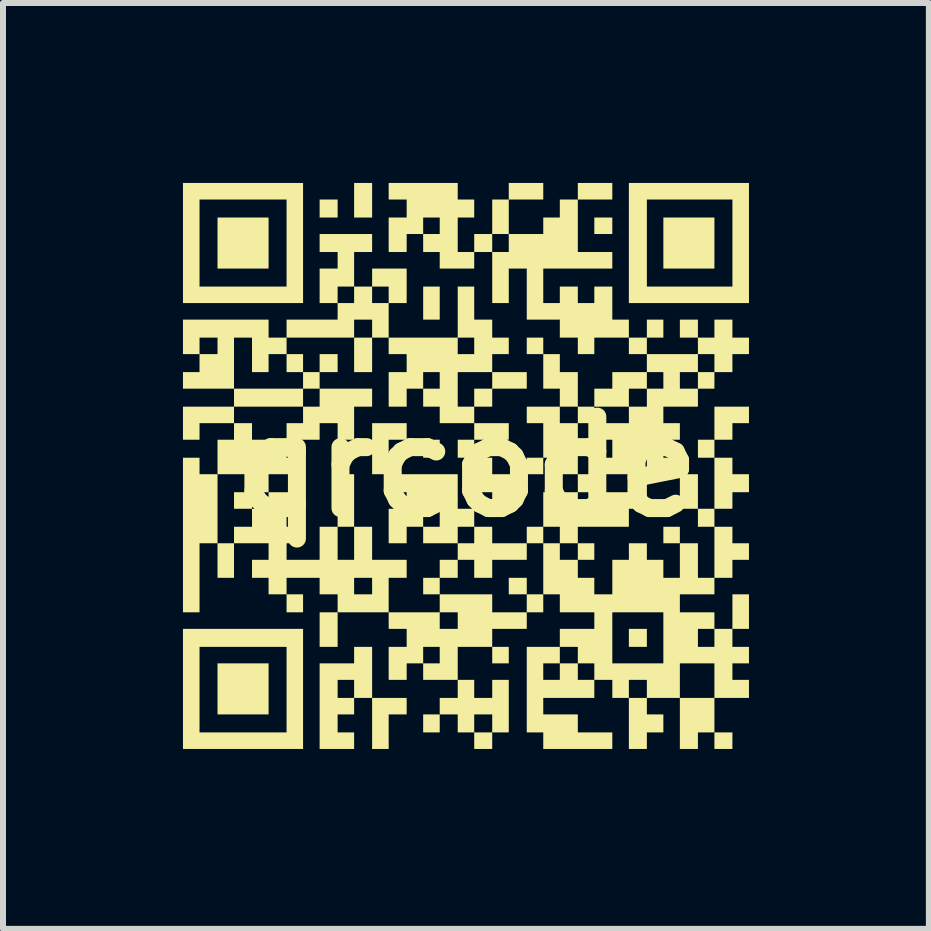
<source format=kicad_pcb>
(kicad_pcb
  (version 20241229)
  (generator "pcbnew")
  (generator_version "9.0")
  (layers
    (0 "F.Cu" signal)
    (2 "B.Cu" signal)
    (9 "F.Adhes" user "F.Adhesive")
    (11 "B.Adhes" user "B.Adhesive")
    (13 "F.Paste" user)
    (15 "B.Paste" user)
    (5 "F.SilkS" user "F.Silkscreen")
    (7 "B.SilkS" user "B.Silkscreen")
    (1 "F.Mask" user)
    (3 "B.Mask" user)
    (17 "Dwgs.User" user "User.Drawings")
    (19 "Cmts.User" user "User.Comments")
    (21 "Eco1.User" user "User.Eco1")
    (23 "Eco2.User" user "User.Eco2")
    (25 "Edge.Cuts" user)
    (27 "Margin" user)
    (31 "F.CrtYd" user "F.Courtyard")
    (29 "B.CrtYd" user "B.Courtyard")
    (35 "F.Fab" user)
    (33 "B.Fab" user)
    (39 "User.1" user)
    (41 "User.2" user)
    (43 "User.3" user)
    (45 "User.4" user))
  (footprint "qrcode"
    (layer "F.Cu")
    (at 4.73 4.73)
    (property "Reference" "qrcode" (at 0 0 0) (layer "F.SilkS") (effects (font (size 1.524 1.524) (thickness 0.3))))
    (attr board_only exclude_from_pos_files exclude_from_bom)
    (fp_poly (pts (xy -3.579 0.701) (xy -3.879 0.701) (xy -3.879 0.425) (xy -3.579 0.425)) (stroke (width 0) (type solid)) (fill yes) (layer "F.SilkS"))
    (fp_poly (pts (xy -3.303 -3.303) (xy -4.154 -3.303) (xy -4.154 -4.154) (xy -3.303 -4.154)) (stroke (width 0) (type solid)) (fill yes) (layer "F.SilkS"))
    (fp_poly (pts (xy -3.303 4.129) (xy -4.154 4.129) (xy -4.154 3.278) (xy -3.303 3.278)) (stroke (width 0) (type solid)) (fill yes) (layer "F.SilkS"))
    (fp_poly (pts (xy -2.728 -1.577) (xy -3.003 -1.577) (xy -3.003 -1.877) (xy -2.728 -1.877)) (stroke (width 0) (type solid)) (fill yes) (layer "F.SilkS"))
    (fp_poly (pts (xy -2.728 -1.001) (xy -3.879 -1.001) (xy -3.879 -1.301) (xy -2.728 -1.301)) (stroke (width 0) (type solid)) (fill yes) (layer "F.SilkS"))
    (fp_poly (pts (xy -2.728 2.427) (xy -3.003 2.427) (xy -3.003 2.127) (xy -2.728 2.127)) (stroke (width 0) (type solid)) (fill yes) (layer "F.SilkS"))
    (fp_poly (pts (xy -2.452 -1.301) (xy -2.728 -1.301) (xy -2.728 -1.577) (xy -2.452 -1.577)) (stroke (width 0) (type solid)) (fill yes) (layer "F.SilkS"))
    (fp_poly (pts (xy -2.152 -4.154) (xy -2.452 -4.154) (xy -2.452 -4.454) (xy -2.152 -4.454)) (stroke (width 0) (type solid)) (fill yes) (layer "F.SilkS"))
    (fp_poly (pts (xy -2.152 -1.577) (xy -2.452 -1.577) (xy -2.452 -1.877) (xy -2.152 -1.877)) (stroke (width 0) (type solid)) (fill yes) (layer "F.SilkS"))
    (fp_poly (pts (xy -2.152 3.003) (xy -2.452 3.003) (xy -2.452 2.427) (xy -2.152 2.427)) (stroke (width 0) (type solid)) (fill yes) (layer "F.SilkS"))
    (fp_poly (pts (xy -1.877 1.001) (xy -2.152 1.001) (xy -2.152 0.125) (xy -1.877 0.125)) (stroke (width 0) (type solid)) (fill yes) (layer "F.SilkS"))
    (fp_poly (pts (xy -1.577 -4.154) (xy -1.877 -4.154) (xy -1.877 -4.73) (xy -1.577 -4.73)) (stroke (width 0) (type solid)) (fill yes) (layer "F.SilkS"))
    (fp_poly (pts (xy -1.577 -1.577) (xy -1.877 -1.577) (xy -1.877 -2.152) (xy -1.577 -2.152)) (stroke (width 0) (type solid)) (fill yes) (layer "F.SilkS"))
    (fp_poly (pts (xy -0.45 -2.452) (xy -0.726 -2.452) (xy -0.726 -3.003) (xy -0.45 -3.003)) (stroke (width 0) (type solid)) (fill yes) (layer "F.SilkS"))
    (fp_poly (pts (xy -0.45 -0.15) (xy -0.726 -0.15) (xy -0.726 -0.45) (xy -0.45 -0.45)) (stroke (width 0) (type solid)) (fill yes) (layer "F.SilkS"))
    (fp_poly (pts (xy -0.45 2.127) (xy -0.726 2.127) (xy -0.726 1.852) (xy -0.45 1.852)) (stroke (width 0) (type solid)) (fill yes) (layer "F.SilkS"))
    (fp_poly (pts (xy -0.45 4.429) (xy -0.726 4.429) (xy -0.726 4.129) (xy -0.45 4.129)) (stroke (width 0) (type solid)) (fill yes) (layer "F.SilkS"))
    (fp_poly (pts (xy -0.15 1.852) (xy -0.45 1.852) (xy -0.45 1.552) (xy -0.15 1.552)) (stroke (width 0) (type solid)) (fill yes) (layer "F.SilkS"))
    (fp_poly (pts (xy 0.125 -0.15) (xy -0.15 -0.15) (xy -0.15 -0.45) (xy 0.125 -0.45)) (stroke (width 0) (type solid)) (fill yes) (layer "F.SilkS"))
    (fp_poly (pts (xy 0.701 -0.45) (xy 0.125 -0.45) (xy 0.125 -0.726) (xy 0.701 -0.726)) (stroke (width 0) (type solid)) (fill yes) (layer "F.SilkS"))
    (fp_poly (pts (xy 0.701 3.278) (xy 0.425 3.278) (xy 0.425 3.003) (xy 0.701 3.003)) (stroke (width 0) (type solid)) (fill yes) (layer "F.SilkS"))
    (fp_poly (pts (xy 1.001 2.127) (xy 0.701 2.127) (xy 0.701 1.852) (xy 1.001 1.852)) (stroke (width 0) (type solid)) (fill yes) (layer "F.SilkS"))
    (fp_poly (pts (xy 1.276 -4.454) (xy 0.701 -4.454) (xy 0.701 -4.73) (xy 1.276 -4.73)) (stroke (width 0) (type solid)) (fill yes) (layer "F.SilkS"))
    (fp_poly (pts (xy 1.276 -1.877) (xy 1.001 -1.877) (xy 1.001 -2.152) (xy 1.276 -2.152)) (stroke (width 0) (type solid)) (fill yes) (layer "F.SilkS"))
    (fp_poly (pts (xy 1.276 0.125) (xy 1.001 0.125) (xy 1.001 -0.15) (xy 1.276 -0.15)) (stroke (width 0) (type solid)) (fill yes) (layer "F.SilkS"))
    (fp_poly (pts (xy 1.276 1.276) (xy 1.001 1.276) (xy 1.001 1.001) (xy 1.276 1.001)) (stroke (width 0) (type solid)) (fill yes) (layer "F.SilkS"))
    (fp_poly (pts (xy 1.276 2.427) (xy 1.001 2.427) (xy 1.001 2.127) (xy 1.276 2.127)) (stroke (width 0) (type solid)) (fill yes) (layer "F.SilkS"))
    (fp_poly (pts (xy 2.127 1.552) (xy 1.852 1.552) (xy 1.852 1.276) (xy 2.127 1.276)) (stroke (width 0) (type solid)) (fill yes) (layer "F.SilkS"))
    (fp_poly (pts (xy 2.427 -4.454) (xy 1.852 -4.454) (xy 1.852 -4.73) (xy 2.427 -4.73)) (stroke (width 0) (type solid)) (fill yes) (layer "F.SilkS"))
    (fp_poly (pts (xy 2.427 -3.879) (xy 2.127 -3.879) (xy 2.127 -4.154) (xy 2.427 -4.154)) (stroke (width 0) (type solid)) (fill yes) (layer "F.SilkS"))
    (fp_poly (pts (xy 3.003 -1.877) (xy 2.703 -1.877) (xy 2.703 -2.152) (xy 3.003 -2.152)) (stroke (width 0) (type solid)) (fill yes) (layer "F.SilkS"))
    (fp_poly (pts (xy 3.003 3.003) (xy 2.703 3.003) (xy 2.703 2.703) (xy 3.003 2.703)) (stroke (width 0) (type solid)) (fill yes) (layer "F.SilkS"))
    (fp_poly (pts (xy 3.278 -2.152) (xy 3.003 -2.152) (xy 3.003 -2.452) (xy 3.278 -2.452)) (stroke (width 0) (type solid)) (fill yes) (layer "F.SilkS"))
    (fp_poly (pts (xy 3.553 1.276) (xy 3.278 1.276) (xy 3.278 1.001) (xy 3.553 1.001)) (stroke (width 0) (type solid)) (fill yes) (layer "F.SilkS"))
    (fp_poly (pts (xy 3.854 -2.152) (xy 3.553 -2.152) (xy 3.553 -2.452) (xy 3.854 -2.452)) (stroke (width 0) (type solid)) (fill yes) (layer "F.SilkS"))
    (fp_poly (pts (xy 3.854 0.701) (xy 3.553 0.701) (xy 3.553 0.125) (xy 3.854 0.125)) (stroke (width 0) (type solid)) (fill yes) (layer "F.SilkS"))
    (fp_poly (pts (xy 4.129 -3.303) (xy 3.278 -3.303) (xy 3.278 -4.154) (xy 4.129 -4.154)) (stroke (width 0) (type solid)) (fill yes) (layer "F.SilkS"))
    (fp_poly (pts (xy 4.129 -0.15) (xy 3.854 -0.15) (xy 3.854 -0.45) (xy 4.129 -0.45)) (stroke (width 0) (type solid)) (fill yes) (layer "F.SilkS"))
    (fp_poly (pts (xy 4.129 1.001) (xy 3.854 1.001) (xy 3.854 0.701) (xy 4.129 0.701)) (stroke (width 0) (type solid)) (fill yes) (layer "F.SilkS"))
    (fp_poly (pts (xy 4.429 4.705) (xy 4.129 4.705) (xy 4.129 4.429) (xy 4.429 4.429)) (stroke (width 0) (type solid)) (fill yes) (layer "F.SilkS"))
    (fp_poly (pts (xy 4.705 2.703) (xy 4.429 2.703) (xy 4.429 2.127) (xy 4.705 2.127)) (stroke (width 0) (type solid)) (fill yes) (layer "F.SilkS"))
    (fp_poly (pts (xy -3.879 -0.726) (xy -4.454 -0.726) (xy -4.454 -0.45) (xy -4.73 -0.45) (xy -4.73 -1.001) (xy -3.879 -1.001)) (stroke (width 0) (type solid)) (fill yes) (layer "F.SilkS"))
    (fp_poly (pts (xy -1.001 -0.45) (xy -1.301 -0.45) (xy -1.301 0.125) (xy -1.577 0.125) (xy -1.577 -0.726) (xy -1.001 -0.726)) (stroke (width 0) (type solid)) (fill yes) (layer "F.SilkS"))
    (fp_poly (pts (xy -1.001 4.129) (xy -1.301 4.129) (xy -1.301 4.705) (xy -1.577 4.705) (xy -1.577 3.854) (xy -1.001 3.854)) (stroke (width 0) (type solid)) (fill yes) (layer "F.SilkS"))
    (fp_poly (pts (xy 4.705 -0.726) (xy 4.429 -0.726) (xy 4.429 -0.45) (xy 4.129 -0.45) (xy 4.129 -1.001) (xy 4.705 -1.001)) (stroke (width 0) (type solid)) (fill yes) (layer "F.SilkS"))
    (fp_poly (pts (xy 4.429 0.125) (xy 4.705 0.125) (xy 4.705 0.425) (xy 4.429 0.425) (xy 4.429 0.701) (xy 4.129 0.701) (xy 4.129 -0.15) (xy 4.429 -0.15)) (stroke (width 0) (type solid)) (fill yes) (layer "F.SilkS"))
    (fp_poly (pts (xy 4.429 1.276) (xy 4.705 1.276) (xy 4.705 1.552) (xy 4.429 1.552) (xy 4.429 1.852) (xy 4.129 1.852) (xy 4.129 1.001) (xy 4.429 1.001)) (stroke (width 0) (type solid)) (fill yes) (layer "F.SilkS"))
    (fp_poly (pts (xy 0.425 0.125) (xy 1.001 0.125) (xy 1.001 0.425) (xy 0.701 0.425) (xy 0.701 0.701) (xy 0.425 0.701) (xy 0.425 0.425) (xy 0.125 0.425) (xy 0.125 -0.15) (xy 0.425 -0.15)) (stroke (width 0) (type solid)) (fill yes) (layer "F.SilkS"))
    (fp_poly (pts (xy -2.728 -2.728) (xy -4.73 -2.728) (xy -4.73 -3.003) (xy -4.454 -3.003) (xy -3.003 -3.003) (xy -3.003 -4.454) (xy -4.454 -4.454) (xy -4.454 -3.003) (xy -4.73 -3.003) (xy -4.73 -4.73) (xy -2.728 -4.73)) (stroke (width 0) (type solid)) (fill yes) (layer "F.SilkS"))
    (fp_poly (pts (xy -2.728 4.705) (xy -4.73 4.705) (xy -4.73 4.429) (xy -4.454 4.429) (xy -3.003 4.429) (xy -3.003 3.003) (xy -4.454 3.003) (xy -4.454 4.429) (xy -4.73 4.429) (xy -4.73 2.703) (xy -2.728 2.703)) (stroke (width 0) (type solid)) (fill yes) (layer "F.SilkS"))
    (fp_poly (pts (xy 4.705 -2.728) (xy 2.703 -2.728) (xy 2.703 -3.003) (xy 3.003 -3.003) (xy 4.429 -3.003) (xy 4.429 -4.454) (xy 3.003 -4.454) (xy 3.003 -3.003) (xy 2.703 -3.003) (xy 2.703 -4.73) (xy 4.705 -4.73)) (stroke (width 0) (type solid)) (fill yes) (layer "F.SilkS"))
    (fp_poly (pts (xy -1.577 -1.001) (xy -1.877 -1.001) (xy -1.877 -0.45) (xy -2.152 -0.45) (xy -2.152 -0.726) (xy -2.452 -0.726) (xy -2.452 -0.45) (xy -3.003 -0.45) (xy -3.003 -0.726) (xy -2.728 -0.726) (xy -2.728 -1.001) (xy -2.452 -1.001) (xy -2.452 -1.301) (xy -1.577 -1.301)) (stroke (width 0) (type solid)) (fill yes) (layer "F.SilkS"))
    (fp_poly (pts (xy -1.577 3.854) (xy -1.877 3.854) (xy -1.877 4.129) (xy -2.152 4.129) (xy -2.152 4.429) (xy -1.877 4.429) (xy -1.877 4.705) (xy -2.452 4.705) (xy -2.452 3.854) (xy -2.152 3.854) (xy -1.877 3.854) (xy -1.877 3.553) (xy -2.152 3.553) (xy -2.152 3.854) (xy -2.452 3.854) (xy -2.452 3.278) (xy -1.877 3.278) (xy -1.877 3.003) (xy -1.577 3.003)) (stroke (width 0) (type solid)) (fill yes) (layer "F.SilkS"))
    (fp_poly (pts (xy -3.303 -2.152) (xy -3.003 -2.152) (xy -3.003 -1.877) (xy -3.303 -1.877) (xy -3.303 -1.577) (xy -3.579 -1.577) (xy -3.579 -2.152) (xy -3.879 -2.152) (xy -3.879 -1.301) (xy -4.73 -1.301) (xy -4.73 -1.577) (xy -4.454 -1.577) (xy -4.454 -1.877) (xy -4.154 -1.877) (xy -4.154 -2.152) (xy -4.454 -2.152) (xy -4.454 -1.877) (xy -4.73 -1.877) (xy -4.73 -2.452) (xy -3.303 -2.452)) (stroke (width 0) (type solid)) (fill yes) (layer "F.SilkS"))
    (fp_poly (pts (xy -0.45 3.854) (xy -0.15 3.854) (xy -0.15 3.553) (xy 0.125 3.553) (xy 0.125 3.854) (xy 0.425 3.854) (xy 0.425 3.553) (xy 0.701 3.553) (xy 0.701 4.429) (xy 0.425 4.429) (xy 0.425 4.705) (xy 0.125 4.705) (xy 0.125 4.429) (xy 0.425 4.429) (xy 0.425 4.129) (xy 0.125 4.129) (xy 0.125 4.429) (xy -0.15 4.429) (xy -0.15 4.129) (xy -0.45 4.129)) (stroke (width 0) (type solid)) (fill yes) (layer "F.SilkS"))
    (fp_poly (pts (xy 1.276 0.425) (xy 1.852 0.425) (xy 1.852 0.125) (xy 2.127 0.125) (xy 2.127 0.425) (xy 2.703 0.425) (xy 2.703 0.125) (xy 3.003 0.125) (xy 3.003 0.701) (xy 2.703 0.701) (xy 2.703 1.001) (xy 1.852 1.001) (xy 1.852 1.276) (xy 1.552 1.276) (xy 1.552 1.001) (xy 1.276 1.001) (xy 1.276 0.701) (xy 1.852 0.701) (xy 2.127 0.701) (xy 2.127 0.425) (xy 1.852 0.425) (xy 1.852 0.701) (xy 1.276 0.701)) (stroke (width 0) (type solid)) (fill yes) (layer "F.SilkS"))
    (fp_poly (pts (xy -0.15 -4.454) (xy 0.125 -4.454) (xy 0.125 -4.154) (xy -0.15 -4.154) (xy -0.15 -3.579) (xy 0.125 -3.579) (xy 0.125 -3.303) (xy -0.45 -3.303) (xy -0.45 -3.579) (xy -0.726 -3.579) (xy -0.726 -3.879) (xy -0.45 -3.879) (xy -0.45 -4.154) (xy -0.726 -4.154) (xy -0.726 -3.879) (xy -1.001 -3.879) (xy -1.001 -3.579) (xy -1.301 -3.579) (xy -1.301 -4.154) (xy -1.001 -4.154) (xy -1.001 -4.454) (xy -1.301 -4.454) (xy -1.301 -4.73) (xy -0.15 -4.73)) (stroke (width 0) (type solid)) (fill yes) (layer "F.SilkS"))
    (fp_poly (pts (xy 0.425 2.427) (xy 1.001 2.427) (xy 1.001 2.703) (xy 0.425 2.703) (xy 0.425 3.003) (xy -0.15 3.003) (xy -0.15 3.553) (xy -0.726 3.553) (xy -0.726 3.278) (xy -0.45 3.278) (xy -0.45 3.003) (xy -0.726 3.003) (xy -0.726 3.278) (xy -1.001 3.278) (xy -1.001 3.553) (xy -1.301 3.553) (xy -1.301 3.003) (xy -1.001 3.003) (xy -1.001 2.703) (xy -0.45 2.703) (xy -0.15 2.703) (xy -0.15 2.427) (xy -0.45 2.427) (xy -0.45 2.703) (xy -1.001 2.703) (xy -1.301 2.703) (xy -1.301 2.427) (xy -0.45 2.427) (xy -0.45 2.127) (xy 0.425 2.127)) (stroke (width 0) (type solid)) (fill yes) (layer "F.SilkS"))
    (fp_poly (pts (xy -0.15 1.276) (xy 0.125 1.276) (xy 0.125 1.001) (xy -0.15 1.001) (xy -0.15 1.276) (xy -0.726 1.276) (xy -0.726 1.001) (xy -0.45 1.001) (xy -0.45 0.701) (xy -0.726 0.701) (xy -0.726 1.001) (xy -1.001 1.001) (xy -1.001 1.276) (xy -1.301 1.276) (xy -1.301 0.701) (xy -1.001 0.701) (xy -1.001 0.425) (xy -1.301 0.425) (xy -1.301 0.125) (xy -0.15 0.125) (xy -0.15 0.701) (xy 0.125 0.701) (xy 0.125 1.001) (xy 0.425 1.001) (xy 0.425 1.276) (xy 1.001 1.276) (xy 1.001 1.552) (xy 0.425 1.552) (xy 0.425 1.852) (xy 0.125 1.852) (xy 0.125 1.552) (xy -0.15 1.552)) (stroke (width 0) (type solid)) (fill yes) (layer "F.SilkS"))
    (fp_poly (pts (xy -1.577 -3.579) (xy -1.877 -3.579) (xy -1.877 -3.003) (xy -1.577 -3.003) (xy -1.577 -3.303) (xy -1.001 -3.303) (xy -1.001 -2.728) (xy -1.301 -2.728) (xy -1.301 -2.152) (xy -1.577 -2.152) (xy -1.577 -2.452) (xy -1.877 -2.452) (xy -1.877 -2.152) (xy -3.003 -2.152) (xy -3.003 -2.452) (xy -2.152 -2.452) (xy -2.152 -2.728) (xy -1.877 -2.728) (xy -1.577 -2.728) (xy -1.301 -2.728) (xy -1.301 -3.003) (xy -1.577 -3.003) (xy -1.577 -2.728) (xy -1.877 -2.728) (xy -1.877 -3.003) (xy -2.152 -3.003) (xy -2.152 -2.728) (xy -2.452 -2.728) (xy -2.452 -3.303) (xy -2.152 -3.303) (xy -2.152 -3.579) (xy -2.452 -3.579) (xy -2.452 -3.879) (xy -1.577 -3.879)) (stroke (width 0) (type solid)) (fill yes) (layer "F.SilkS"))
    (fp_poly (pts (xy 0.701 -3.879) (xy 1.276 -3.879) (xy 1.276 -4.154) (xy 1.552 -4.154) (xy 1.552 -4.454) (xy 1.852 -4.454) (xy 1.852 -3.579) (xy 2.427 -3.579) (xy 2.427 -3.303) (xy 1.276 -3.303) (xy 1.276 -2.728) (xy 1.552 -2.728) (xy 1.552 -3.003) (xy 1.852 -3.003) (xy 1.852 -2.728) (xy 2.127 -2.728) (xy 2.127 -3.003) (xy 2.427 -3.003) (xy 2.427 -2.452) (xy 2.703 -2.452) (xy 2.703 -2.152) (xy 2.127 -2.152) (xy 2.127 -1.877) (xy 1.852 -1.877) (xy 1.852 -2.152) (xy 1.552 -2.152) (xy 1.552 -2.452) (xy 1.001 -2.452) (xy 1.001 -3.303) (xy 0.701 -3.303) (xy 0.701 -2.728) (xy 0.425 -2.728) (xy 0.425 -3.579) (xy 0.701 -3.579) (xy 0.701 -3.879) (xy 0.425 -3.879) (xy 0.425 -3.579) (xy 0.125 -3.579) (xy 0.125 -3.879) (xy 0.425 -3.879) (xy 0.425 -4.454) (xy 0.701 -4.454)) (stroke (width 0) (type solid)) (fill yes) (layer "F.SilkS"))
    (fp_poly (pts (xy 1.001 -1.577) (xy 1.001 -1.301) (xy 0.425 -1.301) (xy 0.425 -1.001) (xy 0.125 -1.001) (xy 0.125 -0.726) (xy -0.45 -0.726) (xy -0.45 -1.001) (xy -0.15 -1.001) (xy 0.125 -1.001) (xy 0.125 -1.301) (xy 0.425 -1.301) (xy 0.425 -1.577) (xy -0.15 -1.577) (xy -0.15 -1.001) (xy -0.45 -1.001) (xy -0.726 -1.001) (xy -0.726 -1.301) (xy -0.45 -1.301) (xy -0.45 -1.577) (xy -0.726 -1.577) (xy -0.726 -1.301) (xy -1.001 -1.301) (xy -1.001 -1.001) (xy -1.301 -1.001) (xy -1.301 -1.577) (xy -1.001 -1.577) (xy -1.001 -1.877) (xy -0.15 -1.877) (xy 0.125 -1.877) (xy 0.125 -2.152) (xy -0.15 -2.152) (xy -0.15 -1.877) (xy -1.001 -1.877) (xy -1.301 -1.877) (xy -1.301 -2.152) (xy -0.15 -2.152) (xy -0.15 -3.003) (xy 0.125 -3.003) (xy 0.125 -2.452) (xy 0.425 -2.452) (xy 0.425 -2.152) (xy 0.701 -2.152) (xy 0.701 -1.877) (xy 0.425 -1.877) (xy 0.425 -1.577)) (stroke (width 0) (type solid)) (fill yes) (layer "F.SilkS"))
    (fp_poly (pts (xy -3.579 -0.45) (xy -3.003 -0.45) (xy -3.003 -0.15) (xy -2.728 -0.15) (xy -2.728 0.125) (xy -3.303 0.125) (xy -3.303 0.425) (xy -2.728 0.425) (xy -2.728 0.701) (xy -3.003 0.701) (xy -3.003 1.001) (xy -2.728 1.001) (xy -2.728 1.276) (xy -3.003 1.276) (xy -3.003 1.552) (xy -2.452 1.552) (xy -2.452 1.001) (xy -2.152 1.001) (xy -2.152 1.552) (xy -1.877 1.552) (xy -1.877 1.001) (xy -1.577 1.001) (xy -1.577 1.552) (xy -1.001 1.552) (xy -1.001 1.852) (xy -1.301 1.852) (xy -1.301 2.427) (xy -2.152 2.427) (xy -2.152 2.127) (xy -1.877 2.127) (xy -1.577 2.127) (xy -1.577 1.852) (xy -1.877 1.852) (xy -1.877 2.127) (xy -2.152 2.127) (xy -2.452 2.127) (xy -2.452 1.852) (xy -3.003 1.852) (xy -3.003 2.127) (xy -3.303 2.127) (xy -3.303 1.852) (xy -3.579 1.852) (xy -3.579 1.552) (xy -3.303 1.552) (xy -3.303 1.276) (xy -3.879 1.276) (xy -3.879 1.852) (xy -4.154 1.852) (xy -4.154 1.276) (xy -3.879 1.276) (xy -3.879 1.001) (xy -3.579 1.001) (xy -3.579 0.701) (xy -3.303 0.701) (xy -3.303 0.425) (xy -3.579 0.425) (xy -3.579 0.125) (xy -4.154 0.125) (xy -4.154 1.276) (xy -4.454 1.276) (xy -4.454 2.427) (xy -4.73 2.427) (xy -4.73 -0.15) (xy -4.454 -0.15) (xy -4.454 0.125) (xy -4.154 0.125) (xy -4.154 -0.45) (xy -3.879 -0.45) (xy -3.879 -0.726) (xy -3.579 -0.726)) (stroke (width 0) (type solid)) (fill yes) (layer "F.SilkS"))
    (fp_poly (pts (xy 1.276 -0.726) (xy 1.552 -0.726) (xy 1.852 -0.726) (xy 1.852 -1.001) (xy 1.552 -1.001) (xy 1.552 -0.726) (xy 1.276 -0.726) (xy 1.001 -0.726) (xy 1.001 -1.001) (xy 1.552 -1.001) (xy 1.552 -1.301) (xy 1.276 -1.301) (xy 1.276 -1.877) (xy 1.552 -1.877) (xy 1.552 -1.577) (xy 1.852 -1.577) (xy 1.852 -1.001) (xy 2.127 -1.001) (xy 2.127 -1.301) (xy 2.427 -1.301) (xy 2.427 -1.577) (xy 3.003 -1.577) (xy 3.003 -1.877) (xy 3.854 -1.877) (xy 3.854 -2.152) (xy 4.129 -2.152) (xy 4.129 -2.452) (xy 4.429 -2.452) (xy 4.429 -2.152) (xy 4.705 -2.152) (xy 4.705 -1.877) (xy 4.429 -1.877) (xy 4.429 -1.577) (xy 4.129 -1.577) (xy 4.129 -1.301) (xy 3.854 -1.301) (xy 3.854 -1.001) (xy 3.278 -1.001) (xy 3.278 -0.726) (xy 3.553 -0.726) (xy 3.553 -0.45) (xy 3.278 -0.45) (xy 3.278 -0.15) (xy 3.553 -0.15) (xy 3.553 0.125) (xy 3.003 0.125) (xy 3.003 -0.15) (xy 2.703 -0.15) (xy 2.703 0.125) (xy 2.127 0.125) (xy 2.127 -0.15) (xy 2.427 -0.15) (xy 2.427 -0.45) (xy 2.127 -0.45) (xy 2.127 -0.726) (xy 2.703 -0.726) (xy 2.703 -1.001) (xy 3.003 -1.001) (xy 3.003 -1.301) (xy 3.278 -1.301) (xy 3.553 -1.301) (xy 3.854 -1.301) (xy 3.854 -1.577) (xy 4.129 -1.577) (xy 4.129 -1.877) (xy 3.854 -1.877) (xy 3.854 -1.577) (xy 3.553 -1.577) (xy 3.553 -1.301) (xy 3.278 -1.301) (xy 3.278 -1.577) (xy 3.003 -1.577) (xy 3.003 -1.301) (xy 2.703 -1.301) (xy 2.703 -1.001) (xy 2.127 -1.001) (xy 2.127 -0.726) (xy 1.852 -0.726) (xy 1.852 0.125) (xy 1.552 0.125) (xy 1.552 -0.15) (xy 1.276 -0.15)) (stroke (width 0) (type solid)) (fill yes) (layer "F.SilkS"))
    (fp_poly (pts (xy 1.276 1.276) (xy 1.552 1.276) (xy 1.552 1.552) (xy 1.852 1.552) (xy 1.852 1.852) (xy 2.127 1.852) (xy 2.127 2.127) (xy 2.427 2.127) (xy 2.427 1.552) (xy 2.703 1.552) (xy 2.703 1.276) (xy 3.003 1.276) (xy 3.003 1.552) (xy 3.278 1.552) (xy 3.278 1.852) (xy 3.553 1.852) (xy 3.553 1.276) (xy 3.854 1.276) (xy 3.854 1.852) (xy 4.129 1.852) (xy 4.129 2.127) (xy 3.553 2.127) (xy 3.553 2.427) (xy 4.129 2.427) (xy 4.129 2.703) (xy 4.429 2.703) (xy 4.429 3.003) (xy 4.705 3.003) (xy 4.705 3.278) (xy 4.429 3.278) (xy 4.429 3.553) (xy 4.705 3.553) (xy 4.705 3.854) (xy 4.129 3.854) (xy 4.129 4.429) (xy 3.854 4.429) (xy 3.854 4.705) (xy 3.553 4.705) (xy 3.553 3.854) (xy 4.129 3.854) (xy 4.129 3.278) (xy 3.553 3.278) (xy 3.553 3.854) (xy 3.003 3.854) (xy 3.003 4.129) (xy 3.278 4.129) (xy 3.278 4.429) (xy 3.003 4.429) (xy 3.003 4.705) (xy 2.703 4.705) (xy 2.703 3.854) (xy 3.003 3.854) (xy 3.003 3.553) (xy 2.703 3.553) (xy 2.703 3.854) (xy 2.427 3.854) (xy 2.427 3.553) (xy 2.127 3.553) (xy 2.127 3.854) (xy 1.276 3.854) (xy 1.276 4.129) (xy 1.852 4.129) (xy 1.852 4.429) (xy 2.427 4.429) (xy 2.427 4.705) (xy 1.276 4.705) (xy 1.276 4.429) (xy 1.001 4.429) (xy 1.001 3.553) (xy 1.276 3.553) (xy 1.552 3.553) (xy 1.852 3.553) (xy 2.127 3.553) (xy 2.127 3.278) (xy 2.427 3.278) (xy 3.278 3.278) (xy 3.278 3.003) (xy 3.854 3.003) (xy 4.129 3.003) (xy 4.129 2.703) (xy 3.854 2.703) (xy 3.854 3.003) (xy 3.278 3.003) (xy 3.278 2.427) (xy 2.427 2.427) (xy 2.427 3.278) (xy 2.127 3.278) (xy 1.852 3.278) (xy 1.852 3.553) (xy 1.552 3.553) (xy 1.552 3.278) (xy 1.852 3.278) (xy 1.852 3.003) (xy 1.552 3.003) (xy 1.552 3.278) (xy 1.276 3.278) (xy 1.276 3.553) (xy 1.001 3.553) (xy 1.001 3.003) (xy 1.552 3.003) (xy 1.552 2.703) (xy 2.127 2.703) (xy 2.127 2.427) (xy 1.552 2.427) (xy 1.552 2.127) (xy 1.276 2.127)) (stroke (width 0) (type solid)) (fill yes) (layer "F.SilkS")))
  (gr_rect
    (start -3 -3)
    (end 12.434 12.434)
    (stroke (width 0.1) (type default))
    (fill no)
    (layer "Edge.Cuts")))
</source>
